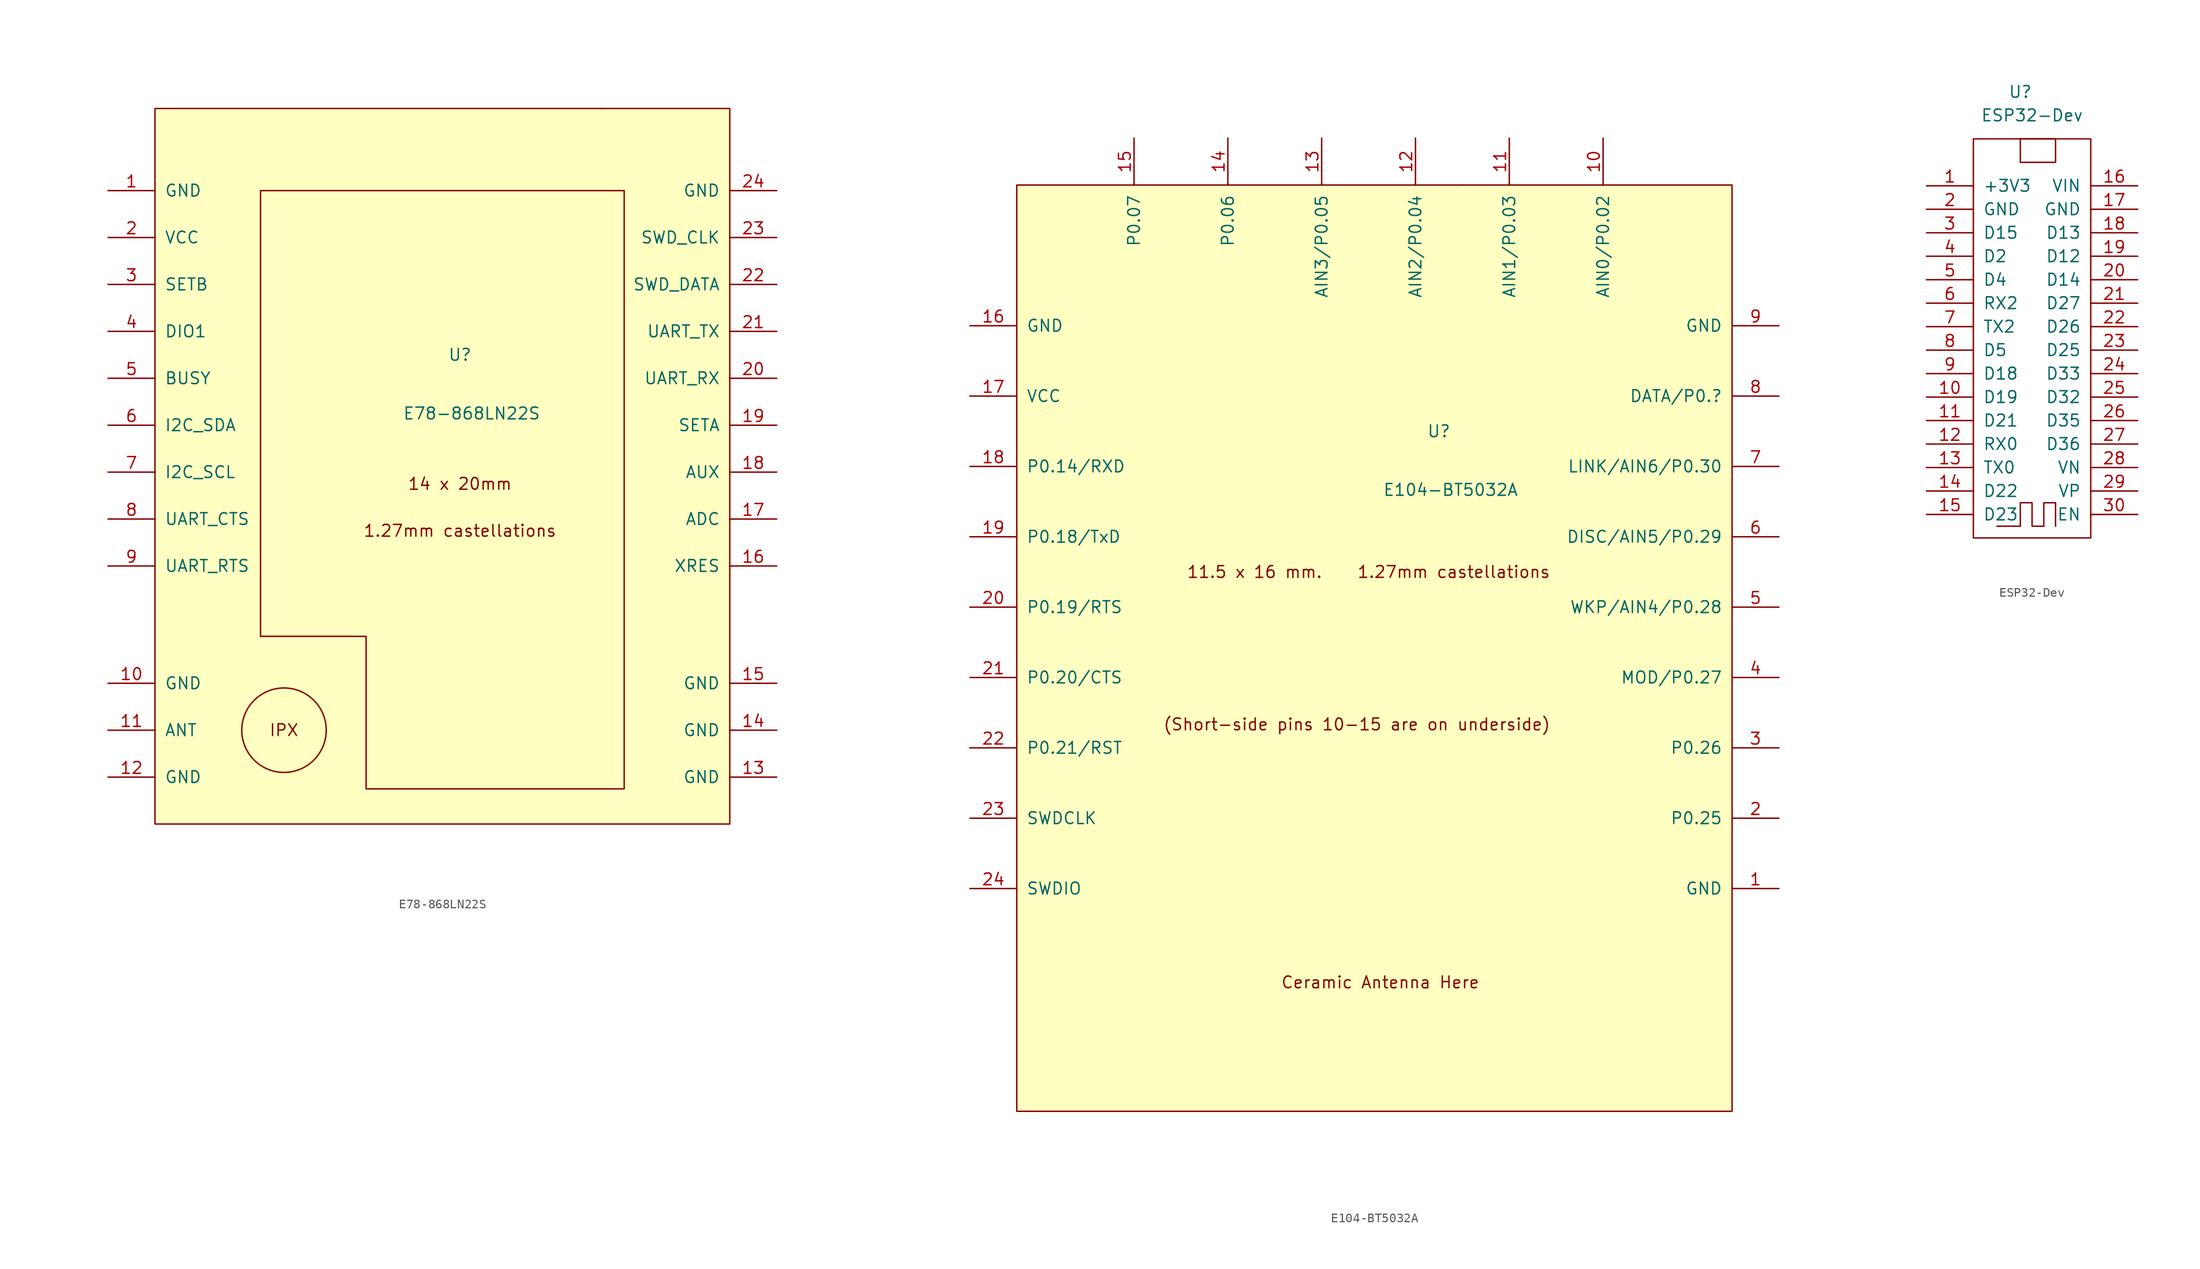
<source format=kicad_sym>
(kicad_symbol_lib
  (version 20231120)
  (generator "kicad_symbol_editor")
  (generator_version "8.0")
  (symbol "E78-868LN22S"
    (pin_names
      (offset 1.016))
    (property "Reference" "U"
      (at -3.81 26.67 0)
      (effects (font (size 1.27 1.27))))
    (property "Value" "E78-868LN22S"
      (at -2.54 20.32 0)
      (effects (font (size 1.27 1.27))))
    (symbol "E78-868LN22S_0_0"
      (circle (center -22.86 -13.97) (radius 4.572) (stroke (width 0) (type default)) (fill (type none)))
      (polyline (pts (xy -25.4 44.45) (xy -25.4 -3.81) (xy -13.97 -3.81) (xy -13.97 -20.32) (xy 13.97 -20.32) (xy 13.97 44.45) (xy -25.4 44.45)) (stroke (width 0) (type default)) (fill (type none)))
      (text "1.27mm castellations" (at -3.81 7.62 0) (effects (font (size 1.27 1.27))))
      (text "14 x 20mm" (at -3.81 12.7 0) (effects (font (size 1.27 1.27))))
      (text "IPX" (at -22.86 -13.97 0) (effects (font (size 1.27 1.27)))))
    (symbol "E78-868LN22S_0_1"
      (rectangle (start -36.83 53.34) (end 25.4 -24.13) (stroke (width 0) (type default)) (fill (type background)))
      (rectangle (start 11.43 53.34) (end 11.43 53.34) (stroke (width 0) (type default)) (fill (type none))))
    (symbol "E78-868LN22S_1_1"
      (pin power_in line (at -41.91 44.45 0) (length 5.08) (name "GND" (effects (font (size 1.27 1.27)))) (number "1" (effects (font (size 1.27 1.27)))))
      (pin power_in line (at -41.91 -8.89 0) (length 5.08) (name "GND" (effects (font (size 1.27 1.27)))) (number "10" (effects (font (size 1.27 1.27)))))
      (pin bidirectional line (at -41.91 -13.97 0) (length 5.08) (name "ANT" (effects (font (size 1.27 1.27)))) (number "11" (effects (font (size 1.27 1.27)))))
      (pin power_in line (at -41.91 -19.05 0) (length 5.08) (name "GND" (effects (font (size 1.27 1.27)))) (number "12" (effects (font (size 1.27 1.27)))))
      (pin power_in line (at 30.48 -19.05 180) (length 5.08) (name "GND" (effects (font (size 1.27 1.27)))) (number "13" (effects (font (size 1.27 1.27)))))
      (pin power_in line (at 30.48 -13.97 180) (length 5.08) (name "GND" (effects (font (size 1.27 1.27)))) (number "14" (effects (font (size 1.27 1.27)))))
      (pin power_in line (at 30.48 -8.89 180) (length 5.08) (name "GND" (effects (font (size 1.27 1.27)))) (number "15" (effects (font (size 1.27 1.27)))))
      (pin bidirectional line (at 30.48 3.81 180) (length 5.08) (name "XRES" (effects (font (size 1.27 1.27)))) (number "16" (effects (font (size 1.27 1.27)))))
      (pin bidirectional line (at 30.48 8.89 180) (length 5.08) (name "ADC" (effects (font (size 1.27 1.27)))) (number "17" (effects (font (size 1.27 1.27)))))
      (pin bidirectional line (at 30.48 13.97 180) (length 5.08) (name "AUX" (effects (font (size 1.27 1.27)))) (number "18" (effects (font (size 1.27 1.27)))))
      (pin bidirectional line (at 30.48 19.05 180) (length 5.08) (name "SETA" (effects (font (size 1.27 1.27)))) (number "19" (effects (font (size 1.27 1.27)))))
      (pin power_in line (at -41.91 39.37 0) (length 5.08) (name "VCC" (effects (font (size 1.27 1.27)))) (number "2" (effects (font (size 1.27 1.27)))))
      (pin bidirectional line (at 30.48 24.13 180) (length 5.08) (name "UART_RX" (effects (font (size 1.27 1.27)))) (number "20" (effects (font (size 1.27 1.27)))))
      (pin passive line (at 30.48 29.21 180) (length 5.08) (name "UART_TX" (effects (font (size 1.27 1.27)))) (number "21" (effects (font (size 1.27 1.27)))))
      (pin power_out line (at 30.48 34.29 180) (length 5.08) (name "SWD_DATA" (effects (font (size 1.27 1.27)))) (number "22" (effects (font (size 1.27 1.27)))))
      (pin passive line (at 30.48 39.37 180) (length 5.08) (name "SWD_CLK" (effects (font (size 1.27 1.27)))) (number "23" (effects (font (size 1.27 1.27)))))
      (pin power_in line (at 30.48 44.45 180) (length 5.08) (name "GND" (effects (font (size 1.27 1.27)))) (number "24" (effects (font (size 1.27 1.27)))))
      (pin bidirectional line (at -41.91 34.29 0) (length 5.08) (name "SETB" (effects (font (size 1.27 1.27)))) (number "3" (effects (font (size 1.27 1.27)))))
      (pin bidirectional line (at -41.91 29.21 0) (length 5.08) (name "DIO1" (effects (font (size 1.27 1.27)))) (number "4" (effects (font (size 1.27 1.27)))))
      (pin bidirectional line (at -41.91 24.13 0) (length 5.08) (name "BUSY" (effects (font (size 1.27 1.27)))) (number "5" (effects (font (size 1.27 1.27)))))
      (pin bidirectional line (at -41.91 19.05 0) (length 5.08) (name "I2C_SDA" (effects (font (size 1.27 1.27)))) (number "6" (effects (font (size 1.27 1.27)))))
      (pin bidirectional line (at -41.91 13.97 0) (length 5.08) (name "I2C_SCL" (effects (font (size 1.27 1.27)))) (number "7" (effects (font (size 1.27 1.27)))))
      (pin bidirectional line (at -41.91 8.89 0) (length 5.08) (name "UART_CTS" (effects (font (size 1.27 1.27)))) (number "8" (effects (font (size 1.27 1.27)))))
      (pin bidirectional line (at -41.91 3.81 0) (length 5.08) (name "UART_RTS" (effects (font (size 1.27 1.27)))) (number "9" (effects (font (size 1.27 1.27)))))))
  (symbol "E104-BT5032A"
    (pin_names
      (offset 1.016))
    (property "Reference" "U"
      (at 0 46.99 0)
      (effects (font (size 1.27 1.27))))
    (property "Value" "E104-BT5032A"
      (at 1.27 40.64 0)
      (effects (font (size 1.27 1.27))))
    (symbol "E104-BT5032A_0_0"
      (text "(Short-side pins 10-15 are on underside)" (at -8.89 15.24 0) (effects (font (size 1.27 1.27))))
      (text "11.5 x 16 mm.    1.27mm castellations" (at -7.62 31.75 0) (effects (font (size 1.27 1.27))))
      (text "Ceramic Antenna Here" (at -6.35 -12.7 0) (effects (font (size 1.27 1.27)))))
    (symbol "E104-BT5032A_0_1"
      (rectangle (start -45.72 73.66) (end 31.75 -26.67) (stroke (width 0) (type default)) (fill (type background)))
      (rectangle (start 2.54 73.66) (end 2.54 73.66) (stroke (width 0) (type default)) (fill (type none))))
    (symbol "E104-BT5032A_1_1"
      (pin power_in line (at 36.83 -2.54 180) (length 5.08) (name "GND" (effects (font (size 1.27 1.27)))) (number "1" (effects (font (size 1.27 1.27)))))
      (pin bidirectional line (at 17.78 78.74 270) (length 5.08) (name "AIN0/P0.02" (effects (font (size 1.27 1.27)))) (number "10" (effects (font (size 1.27 1.27)))))
      (pin bidirectional line (at 7.62 78.74 270) (length 5.08) (name "AIN1/P0.03" (effects (font (size 1.27 1.27)))) (number "11" (effects (font (size 1.27 1.27)))))
      (pin bidirectional line (at -2.54 78.74 270) (length 5.08) (name "AIN2/P0.04" (effects (font (size 1.27 1.27)))) (number "12" (effects (font (size 1.27 1.27)))))
      (pin bidirectional line (at -12.7 78.74 270) (length 5.08) (name "AIN3/P0.05" (effects (font (size 1.27 1.27)))) (number "13" (effects (font (size 1.27 1.27)))))
      (pin bidirectional line (at -22.86 78.74 270) (length 5.08) (name "P0.06" (effects (font (size 1.27 1.27)))) (number "14" (effects (font (size 1.27 1.27)))))
      (pin bidirectional line (at -33.02 78.74 270) (length 5.08) (name "P0.07" (effects (font (size 1.27 1.27)))) (number "15" (effects (font (size 1.27 1.27)))))
      (pin power_in line (at -50.8 58.42 0) (length 5.08) (name "GND" (effects (font (size 1.27 1.27)))) (number "16" (effects (font (size 1.27 1.27)))))
      (pin power_in line (at -50.8 50.8 0) (length 5.08) (name "VCC" (effects (font (size 1.27 1.27)))) (number "17" (effects (font (size 1.27 1.27)))))
      (pin bidirectional line (at -50.8 43.18 0) (length 5.08) (name "P0.14/RXD" (effects (font (size 1.27 1.27)))) (number "18" (effects (font (size 1.27 1.27)))))
      (pin bidirectional line (at -50.8 35.56 0) (length 5.08) (name "P0.18/TxD" (effects (font (size 1.27 1.27)))) (number "19" (effects (font (size 1.27 1.27)))))
      (pin bidirectional line (at 36.83 5.08 180) (length 5.08) (name "P0.25" (effects (font (size 1.27 1.27)))) (number "2" (effects (font (size 1.27 1.27)))))
      (pin bidirectional line (at -50.8 27.94 0) (length 5.08) (name "P0.19/RTS" (effects (font (size 1.27 1.27)))) (number "20" (effects (font (size 1.27 1.27)))))
      (pin bidirectional line (at -50.8 20.32 0) (length 5.08) (name "P0.20/CTS" (effects (font (size 1.27 1.27)))) (number "21" (effects (font (size 1.27 1.27)))))
      (pin bidirectional line (at -50.8 12.7 0) (length 5.08) (name "P0.21/RST" (effects (font (size 1.27 1.27)))) (number "22" (effects (font (size 1.27 1.27)))))
      (pin bidirectional line (at -50.8 5.08 0) (length 5.08) (name "SWDCLK" (effects (font (size 1.27 1.27)))) (number "23" (effects (font (size 1.27 1.27)))))
      (pin bidirectional line (at -50.8 -2.54 0) (length 5.08) (name "SWDIO" (effects (font (size 1.27 1.27)))) (number "24" (effects (font (size 1.27 1.27)))))
      (pin bidirectional line (at 36.83 12.7 180) (length 5.08) (name "P0.26" (effects (font (size 1.27 1.27)))) (number "3" (effects (font (size 1.27 1.27)))))
      (pin input line (at 36.83 20.32 180) (length 5.08) (name "MOD/P0.27" (effects (font (size 1.27 1.27)))) (number "4" (effects (font (size 1.27 1.27)))))
      (pin input line (at 36.83 27.94 180) (length 5.08) (name "WKP/AIN4/P0.28" (effects (font (size 1.27 1.27)))) (number "5" (effects (font (size 1.27 1.27)))))
      (pin input line (at 36.83 35.56 180) (length 5.08) (name "DISC/AIN5/P0.29" (effects (font (size 1.27 1.27)))) (number "6" (effects (font (size 1.27 1.27)))))
      (pin output line (at 36.83 43.18 180) (length 5.08) (name "LINK/AIN6/P0.30" (effects (font (size 1.27 1.27)))) (number "7" (effects (font (size 1.27 1.27)))))
      (pin output line (at 36.83 50.8 180) (length 5.08) (name "DATA/P0.?" (effects (font (size 1.27 1.27)))) (number "8" (effects (font (size 1.27 1.27)))))
      (pin power_in line (at 36.83 58.42 180) (length 5.08) (name "GND" (effects (font (size 1.27 1.27)))) (number "9" (effects (font (size 1.27 1.27)))))))
  (symbol "ESP32-Dev"
    (pin_names
      (offset 1.016))
    (property "Reference" "U"
      (at 1.27 6.35 0)
      (effects (font (size 1.27 1.27))))
    (property "Value" "ESP32-Dev"
      (at 2.54 3.81 0)
      (effects (font (size 1.27 1.27))))
    (symbol "ESP32-Dev_0_1"
      (rectangle (start -3.81 -41.91) (end 8.89 1.27) (stroke (width 0) (type default)) (fill (type none)))
      (polyline (pts (xy 5.08 -40.64) (xy 5.08 -38.1) (xy 3.81 -38.1) (xy 3.81 -40.64) (xy 2.54 -40.64) (xy 2.54 -38.1) (xy 1.27 -38.1) (xy 1.27 -40.64) (xy -1.27 -40.64)) (stroke (width 0) (type default)) (fill (type none)))
      (rectangle (start 1.27 1.27) (end 5.08 -1.27) (stroke (width 0) (type default)) (fill (type none))))
    (symbol "ESP32-Dev_1_1"
      (pin power_in line (at -8.89 -3.81 0) (length 5.08) (name "+3V3" (effects (font (size 1.27 1.27)))) (number "1" (effects (font (size 1.27 1.27)))))
      (pin bidirectional line (at -8.89 -26.67 0) (length 5.08) (name "D19" (effects (font (size 1.27 1.27)))) (number "10" (effects (font (size 1.27 1.27)))))
      (pin bidirectional line (at -8.89 -29.21 0) (length 5.08) (name "D21" (effects (font (size 1.27 1.27)))) (number "11" (effects (font (size 1.27 1.27)))))
      (pin input line (at -8.89 -31.75 0) (length 5.08) (name "RX0" (effects (font (size 1.27 1.27)))) (number "12" (effects (font (size 1.27 1.27)))))
      (pin output line (at -8.89 -34.29 0) (length 5.08) (name "TX0" (effects (font (size 1.27 1.27)))) (number "13" (effects (font (size 1.27 1.27)))))
      (pin bidirectional line (at -8.89 -36.83 0) (length 5.08) (name "D22" (effects (font (size 1.27 1.27)))) (number "14" (effects (font (size 1.27 1.27)))))
      (pin bidirectional line (at -8.89 -39.37 0) (length 5.08) (name "D23" (effects (font (size 1.27 1.27)))) (number "15" (effects (font (size 1.27 1.27)))))
      (pin power_in line (at 13.97 -3.81 180) (length 5.08) (name "VIN" (effects (font (size 1.27 1.27)))) (number "16" (effects (font (size 1.27 1.27)))))
      (pin power_out line (at 13.97 -6.35 180) (length 5.08) (name "GND" (effects (font (size 1.27 1.27)))) (number "17" (effects (font (size 1.27 1.27)))))
      (pin bidirectional line (at 13.97 -8.89 180) (length 5.08) (name "D13" (effects (font (size 1.27 1.27)))) (number "18" (effects (font (size 1.27 1.27)))))
      (pin bidirectional line (at 13.97 -11.43 180) (length 5.08) (name "D12" (effects (font (size 1.27 1.27)))) (number "19" (effects (font (size 1.27 1.27)))))
      (pin power_out line (at -8.89 -6.35 0) (length 5.08) (name "GND" (effects (font (size 1.27 1.27)))) (number "2" (effects (font (size 1.27 1.27)))))
      (pin bidirectional line (at 13.97 -13.97 180) (length 5.08) (name "D14" (effects (font (size 1.27 1.27)))) (number "20" (effects (font (size 1.27 1.27)))))
      (pin bidirectional line (at 13.97 -16.51 180) (length 5.08) (name "D27" (effects (font (size 1.27 1.27)))) (number "21" (effects (font (size 1.27 1.27)))))
      (pin bidirectional line (at 13.97 -19.05 180) (length 5.08) (name "D26" (effects (font (size 1.27 1.27)))) (number "22" (effects (font (size 1.27 1.27)))))
      (pin bidirectional line (at 13.97 -21.59 180) (length 5.08) (name "D25" (effects (font (size 1.27 1.27)))) (number "23" (effects (font (size 1.27 1.27)))))
      (pin input line (at 13.97 -24.13 180) (length 5.08) (name "D33" (effects (font (size 1.27 1.27)))) (number "24" (effects (font (size 1.27 1.27)))))
      (pin input line (at 13.97 -26.67 180) (length 5.08) (name "D32" (effects (font (size 1.27 1.27)))) (number "25" (effects (font (size 1.27 1.27)))))
      (pin input line (at 13.97 -29.21 180) (length 5.08) (name "D35" (effects (font (size 1.27 1.27)))) (number "26" (effects (font (size 1.27 1.27)))))
      (pin input line (at 13.97 -31.75 180) (length 5.08) (name "D36" (effects (font (size 1.27 1.27)))) (number "27" (effects (font (size 1.27 1.27)))))
      (pin input line (at 13.97 -34.29 180) (length 5.08) (name "VN" (effects (font (size 1.27 1.27)))) (number "28" (effects (font (size 1.27 1.27)))))
      (pin input line (at 13.97 -36.83 180) (length 5.08) (name "VP" (effects (font (size 1.27 1.27)))) (number "29" (effects (font (size 1.27 1.27)))))
      (pin bidirectional line (at -8.89 -8.89 0) (length 5.08) (name "D15" (effects (font (size 1.27 1.27)))) (number "3" (effects (font (size 1.27 1.27)))))
      (pin input line (at 13.97 -39.37 180) (length 5.08) (name "EN" (effects (font (size 1.27 1.27)))) (number "30" (effects (font (size 1.27 1.27)))))
      (pin bidirectional line (at -8.89 -11.43 0) (length 5.08) (name "D2" (effects (font (size 1.27 1.27)))) (number "4" (effects (font (size 1.27 1.27)))))
      (pin bidirectional line (at -8.89 -13.97 0) (length 5.08) (name "D4" (effects (font (size 1.27 1.27)))) (number "5" (effects (font (size 1.27 1.27)))))
      (pin input line (at -8.89 -16.51 0) (length 5.08) (name "RX2" (effects (font (size 1.27 1.27)))) (number "6" (effects (font (size 1.27 1.27)))))
      (pin output line (at -8.89 -19.05 0) (length 5.08) (name "TX2" (effects (font (size 1.27 1.27)))) (number "7" (effects (font (size 1.27 1.27)))))
      (pin bidirectional line (at -8.89 -21.59 0) (length 5.08) (name "D5" (effects (font (size 1.27 1.27)))) (number "8" (effects (font (size 1.27 1.27)))))
      (pin bidirectional line (at -8.89 -24.13 0) (length 5.08) (name "D18" (effects (font (size 1.27 1.27)))) (number "9" (effects (font (size 1.27 1.27))))))))
</source>
